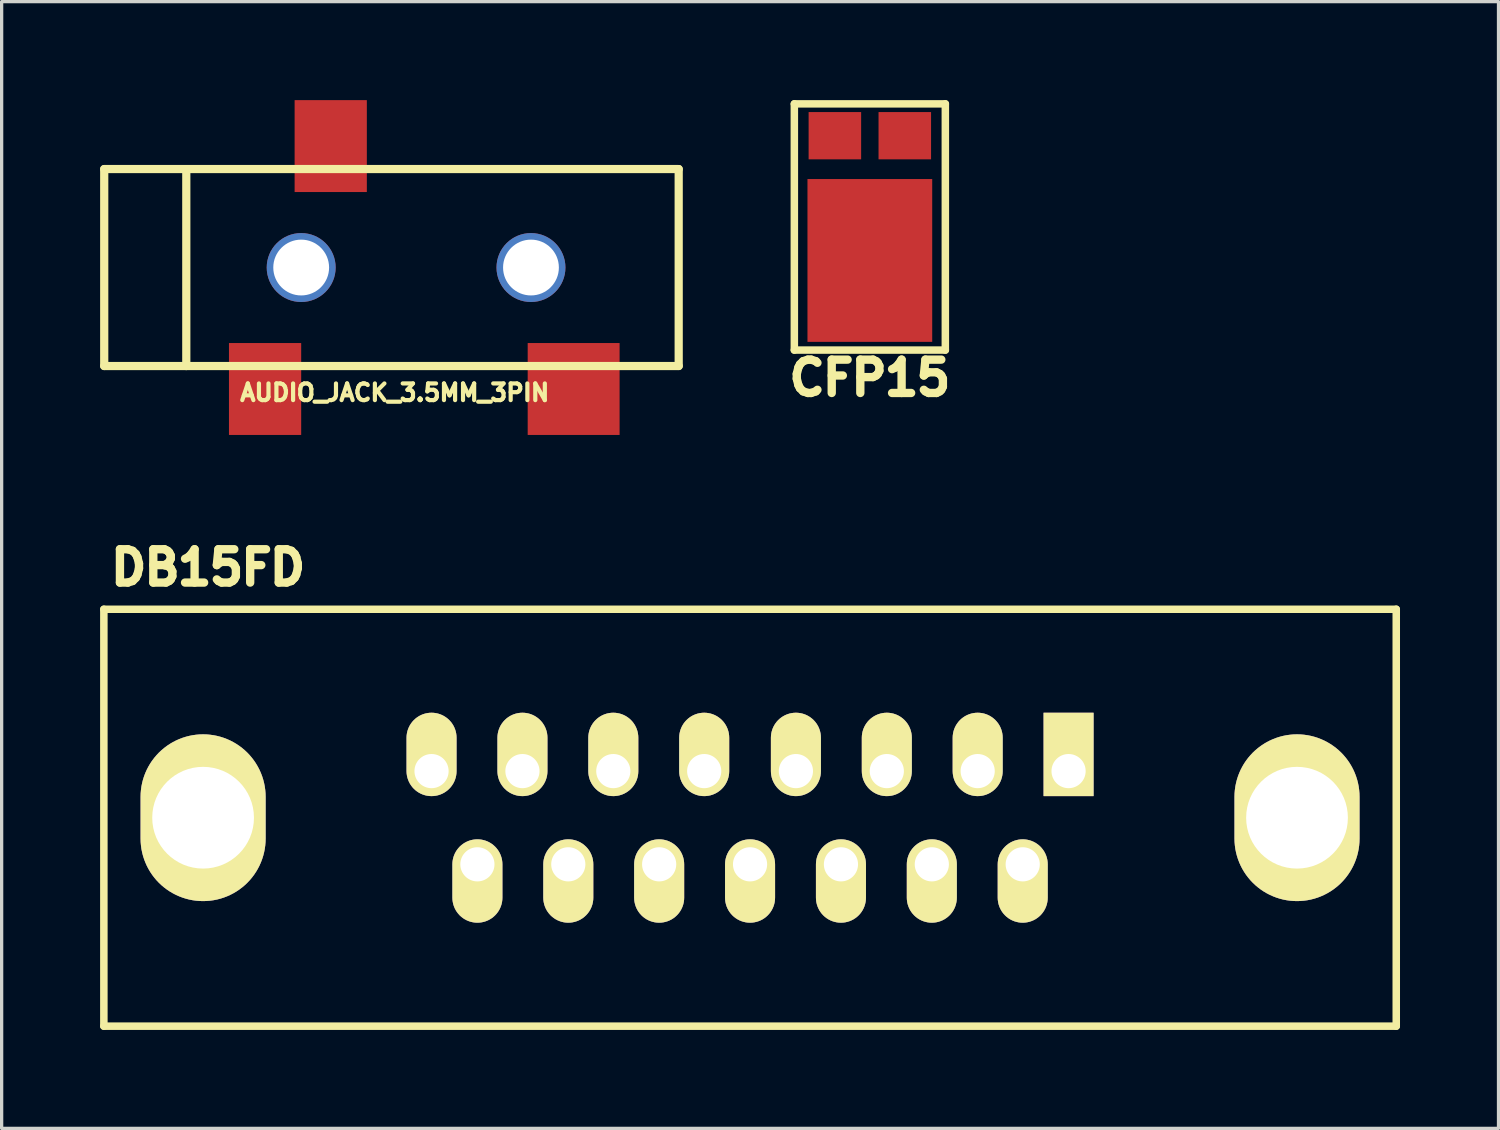
<source format=kicad_pcb>
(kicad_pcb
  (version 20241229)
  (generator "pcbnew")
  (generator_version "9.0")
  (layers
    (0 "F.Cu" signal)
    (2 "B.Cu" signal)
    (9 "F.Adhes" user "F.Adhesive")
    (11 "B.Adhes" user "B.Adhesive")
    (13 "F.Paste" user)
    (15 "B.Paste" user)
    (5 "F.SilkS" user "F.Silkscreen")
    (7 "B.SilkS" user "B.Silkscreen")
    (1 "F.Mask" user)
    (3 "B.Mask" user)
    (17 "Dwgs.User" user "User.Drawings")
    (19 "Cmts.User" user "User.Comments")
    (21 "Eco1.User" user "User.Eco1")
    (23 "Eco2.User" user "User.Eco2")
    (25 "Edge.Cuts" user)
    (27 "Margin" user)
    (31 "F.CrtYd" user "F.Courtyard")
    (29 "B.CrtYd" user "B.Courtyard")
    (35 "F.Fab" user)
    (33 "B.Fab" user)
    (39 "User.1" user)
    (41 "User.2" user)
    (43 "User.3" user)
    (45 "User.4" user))
  (footprint "AUDIO_JACK_3.5MM_3PIN"
    (layer "F.Cu")
    (at 2.625 5.1)
    (property "Reference" "AUDIO_JACK_3.5MM_3PIN" (at 6.35 3.81 0) (layer "F.SilkS") (effects (font (size 0.508 0.508) (thickness 0.127))))
    (attr through_hole)
    (fp_line (start -2.5 -3) (end -2.5 3) (stroke (width 0.25) (type solid)) (layer "F.SilkS"))
    (fp_line (start -2.5 3) (end 0 3) (stroke (width 0.25) (type solid)) (layer "F.SilkS"))
    (fp_line (start 0 -3) (end -2.5 -3) (stroke (width 0.25) (type solid)) (layer "F.SilkS"))
    (fp_line (start 0 -3) (end 0 3) (stroke (width 0.25) (type solid)) (layer "F.SilkS"))
    (fp_line (start 0 3) (end 15 3) (stroke (width 0.25) (type solid)) (layer "F.SilkS"))
    (fp_line (start 15 -3) (end 0 -3) (stroke (width 0.25) (type solid)) (layer "F.SilkS"))
    (fp_line (start 15 3) (end 15 -3) (stroke (width 0.25) (type solid)) (layer "F.SilkS"))
    (pad "" thru_hole circle (at 3.5 0) (size 2.1 2.1) (drill 1.7) (layers "*.Cu" "*.Mask"))
    (pad "" thru_hole circle (at 10.5 0) (size 2.1 2.1) (drill 1.7) (layers "*.Cu" "*.Mask"))
    (pad "1" smd rect (at 2.4 3.7) (size 2.2 2.8) (layers "F.Cu" "F.Mask" "F.Paste"))
    (pad "2" smd rect (at 11.8 3.7) (size 2.8 2.8) (layers "F.Cu" "F.Mask" "F.Paste"))
    (pad "3" smd rect (at 4.4 -3.7) (size 2.2 2.8) (layers "F.Cu" "F.Mask" "F.Paste")))
  (footprint "CFP15"
    (layer "F.Cu")
    (at 23.448 3.864)
    (property "Reference" "CFP15" (at 0 4.6 0) (layer "F.SilkS") (effects (font (size 1.016 1.016) (thickness 0.254))))
    (attr through_hole)
    (fp_line (start -2.3 -3.75) (end 2.3 -3.75) (stroke (width 0.229) (type solid)) (layer "F.SilkS"))
    (fp_line (start -2.3 3.75) (end -2.3 -3.75) (stroke (width 0.229) (type solid)) (layer "F.SilkS"))
    (fp_line (start 2.3 -3.75) (end 2.3 3.75) (stroke (width 0.229) (type solid)) (layer "F.SilkS"))
    (fp_line (start 2.3 3.75) (end -2.3 3.75) (stroke (width 0.229) (type solid)) (layer "F.SilkS"))
    (pad "1" smd rect (at 0 1.02) (size 3.8 4.96) (layers "F.Cu" "F.Mask" "F.Paste"))
    (pad "2" smd rect (at -1.065 -2.78) (size 1.6 1.44) (layers "F.Cu" "F.Mask" "F.Paste"))
    (pad "2" smd rect (at 1.065 -2.78) (size 1.6 1.44) (layers "F.Cu" "F.Mask" "F.Paste")))
  (footprint "DB15FD"
    (layer "F.Cu")
    (at 19.799 21.86)
    (property "Reference" "DB15FD" (at -16.51 -7.62 0) (layer "F.SilkS") (effects (font (size 1.016 1.016) (thickness 0.254))))
    (attr through_hole)
    (fp_line (start -19.685 -6.35) (end -19.685 6.35) (stroke (width 0.229) (type solid)) (layer "F.SilkS"))
    (fp_line (start -19.685 6.35) (end 19.685 6.35) (stroke (width 0.229) (type solid)) (layer "F.SilkS"))
    (fp_line (start 19.685 -6.35) (end -19.685 -6.35) (stroke (width 0.229) (type solid)) (layer "F.SilkS"))
    (fp_line (start 19.685 6.35) (end 19.685 -6.35) (stroke (width 0.229) (type solid)) (layer "F.SilkS"))
    (pad "" thru_hole oval (at -16.662 0) (size 3.81 5.08) (drill 3.099) (layers "*.Cu" "*.Mask" "F.SilkS"))
    (pad "" thru_hole oval (at 16.662 0) (size 3.81 5.08) (drill 3.099) (layers "*.Cu" "*.Mask" "F.SilkS"))
    (pad "1" thru_hole rect (at 9.703 -1.42) (size 1.524 2.54) (drill 1.041 (offset 0 -0.508)) (layers "*.Cu" "*.Mask" "F.SilkS"))
    (pad "2" thru_hole oval (at 6.934 -1.42) (size 1.524 2.54) (drill 1.041 (offset 0 -0.508)) (layers "*.Cu" "*.Mask" "F.SilkS"))
    (pad "3" thru_hole oval (at 4.166 -1.42) (size 1.524 2.54) (drill 1.041 (offset 0 -0.508)) (layers "*.Cu" "*.Mask" "F.SilkS"))
    (pad "4" thru_hole oval (at 1.397 -1.42) (size 1.524 2.54) (drill 1.041 (offset 0 -0.508)) (layers "*.Cu" "*.Mask" "F.SilkS"))
    (pad "5" thru_hole oval (at -1.397 -1.42) (size 1.524 2.54) (drill 1.041 (offset 0 -0.508)) (layers "*.Cu" "*.Mask" "F.SilkS"))
    (pad "6" thru_hole oval (at -4.166 -1.42) (size 1.524 2.54) (drill 1.041 (offset 0 -0.508)) (layers "*.Cu" "*.Mask" "F.SilkS"))
    (pad "7" thru_hole oval (at -6.934 -1.42) (size 1.524 2.54) (drill 1.041 (offset 0 -0.508)) (layers "*.Cu" "*.Mask" "F.SilkS"))
    (pad "8" thru_hole oval (at -9.703 -1.42) (size 1.524 2.54) (drill 1.041 (offset 0 -0.508)) (layers "*.Cu" "*.Mask" "F.SilkS"))
    (pad "9" thru_hole oval (at 8.306 1.42) (size 1.524 2.54) (drill 1.041 (offset 0 0.508)) (layers "*.Cu" "*.Mask" "F.SilkS"))
    (pad "10" thru_hole oval (at 5.537 1.42) (size 1.524 2.54) (drill 1.041 (offset 0 0.508)) (layers "*.Cu" "*.Mask" "F.SilkS"))
    (pad "11" thru_hole oval (at 2.769 1.42) (size 1.524 2.54) (drill 1.041 (offset 0 0.508)) (layers "*.Cu" "*.Mask" "F.SilkS"))
    (pad "12" thru_hole oval (at 0 1.42) (size 1.524 2.54) (drill 1.041 (offset 0 0.508)) (layers "*.Cu" "*.Mask" "F.SilkS"))
    (pad "13" thru_hole oval (at -2.769 1.42) (size 1.524 2.54) (drill 1.041 (offset 0 0.508)) (layers "*.Cu" "*.Mask" "F.SilkS"))
    (pad "14" thru_hole oval (at -5.537 1.42) (size 1.524 2.54) (drill 1.041 (offset 0 0.508)) (layers "*.Cu" "*.Mask" "F.SilkS"))
    (pad "15" thru_hole oval (at -8.306 1.42) (size 1.524 2.54) (drill 1.041 (offset 0 0.508)) (layers "*.Cu" "*.Mask" "F.SilkS")))
  (gr_rect
    (start -3 -3)
    (end 42.599 31.324)
    (stroke (width 0.1) (type default))
    (fill no)
    (layer "Edge.Cuts")))
</source>
